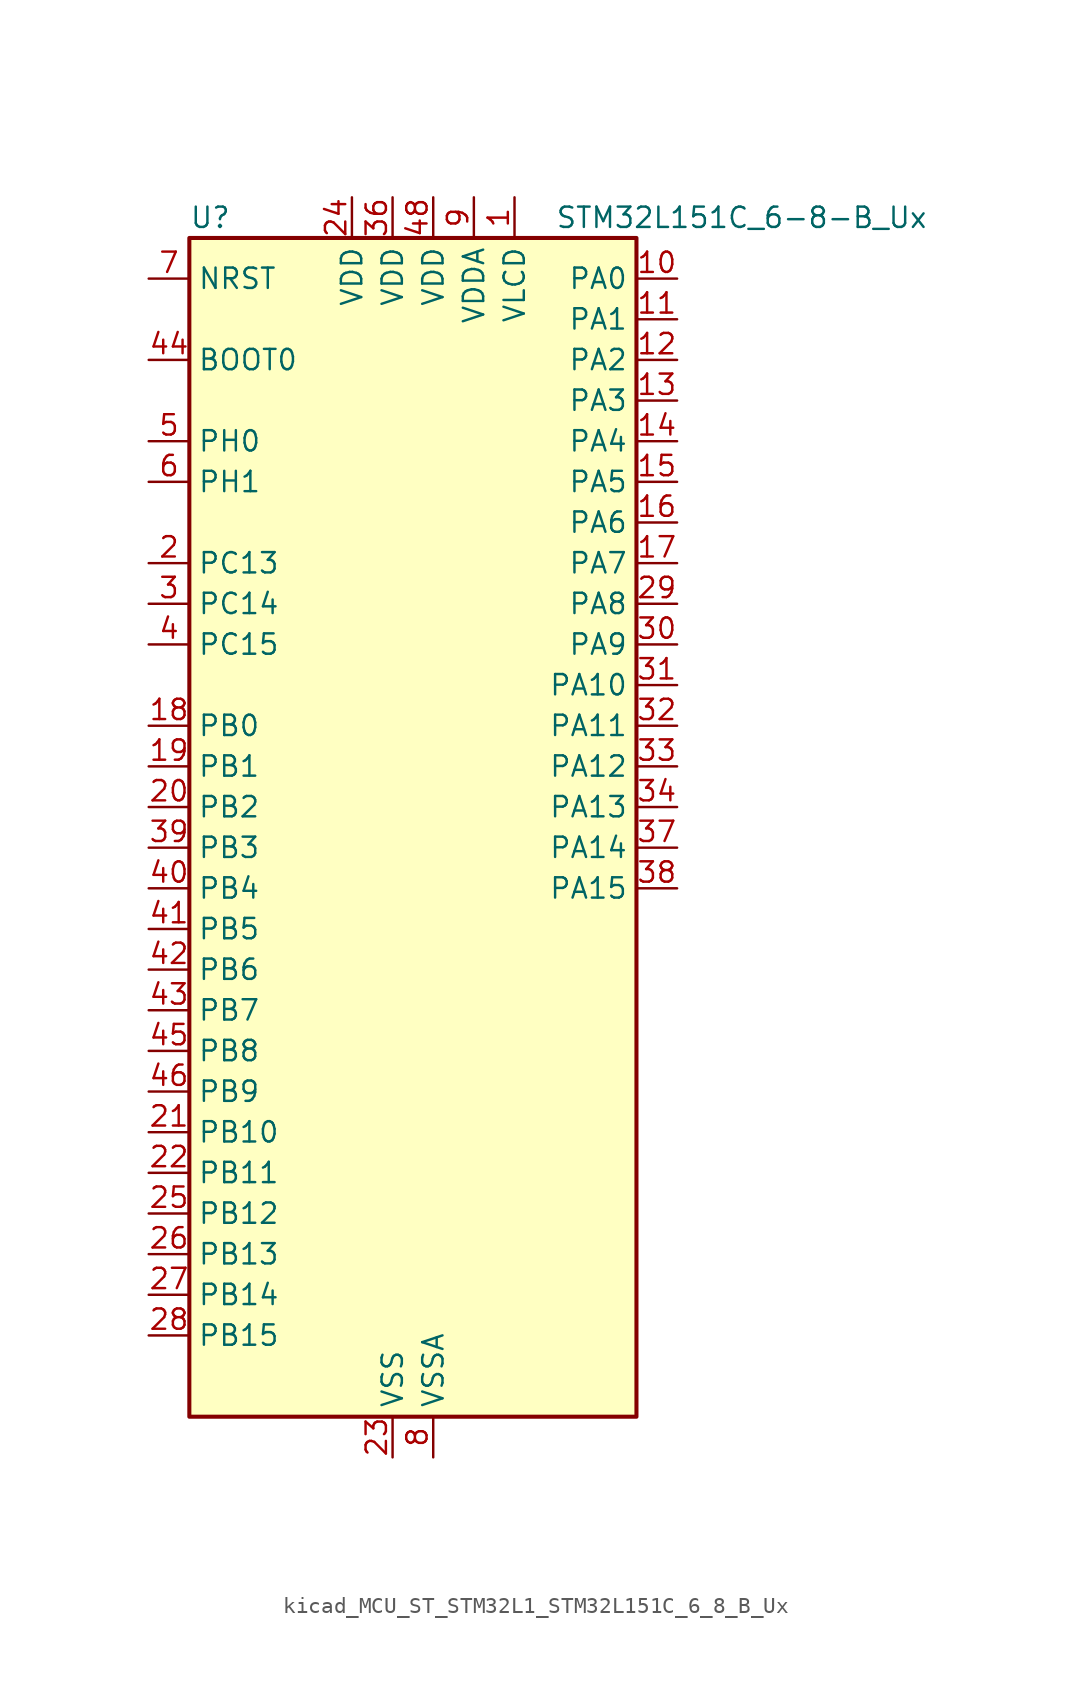
<source format=kicad_sym>
(kicad_symbol_lib
  (version 20220914)
  (generator kicad_symbol_editor)
  (symbol "kicad_MCU_ST_STM32L1_STM32L151C_6_8_B_Ux"
    (property "Reference" "U"
      (at -12.7 39.37 0)
      (effects (font (size 1.27 1.27)) (justify left)))
    (property "Value" "STM32L151C_6-8-B_Ux"
      (at 10.16 39.37 0)
      (effects (font (size 1.27 1.27)) (justify left)))
    (property "ki_locked" ""
      (at 0 0 0)
      (effects (font (size 1.27 1.27))))
    (symbol "kicad_MCU_ST_STM32L1_STM32L151C_6_8_B_Ux_0_1"
      (rectangle (start -12.7 -35.56) (end 15.24 38.1) (stroke (width 0.254) (type default)) (fill (type background))))
    (symbol "kicad_MCU_ST_STM32L1_STM32L151C_6_8_B_Ux_1_1"
      (pin power_in line (at 7.62 40.64 270) (length 2.54) (name "VLCD" (effects (font (size 1.27 1.27)))) (number "1" (effects (font (size 1.27 1.27)))))
      (pin bidirectional line (at 17.78 35.56 180) (length 2.54) (name "PA0" (effects (font (size 1.27 1.27)))) (number "10" (effects (font (size 1.27 1.27)))) (alternate "ADC_IN0" bidirectional line) (alternate "COMP1_INP" bidirectional line) (alternate "SYS_WKUP1" bidirectional line) (alternate "TIM2_CH1" bidirectional line) (alternate "TIM2_ETR" bidirectional line) (alternate "TIMX_IC1" bidirectional line) (alternate "TS_G1_IO1" bidirectional line) (alternate "USART2_CTS" bidirectional line))
      (pin bidirectional line (at 17.78 33.02 180) (length 2.54) (name "PA1" (effects (font (size 1.27 1.27)))) (number "11" (effects (font (size 1.27 1.27)))) (alternate "ADC_IN1" bidirectional line) (alternate "COMP1_INP" bidirectional line) (alternate "TIM2_CH2" bidirectional line) (alternate "TIMX_IC2" bidirectional line) (alternate "TS_G1_IO2" bidirectional line) (alternate "USART2_RTS" bidirectional line))
      (pin bidirectional line (at 17.78 30.48 180) (length 2.54) (name "PA2" (effects (font (size 1.27 1.27)))) (number "12" (effects (font (size 1.27 1.27)))) (alternate "ADC_IN2" bidirectional line) (alternate "COMP1_INP" bidirectional line) (alternate "TIM2_CH3" bidirectional line) (alternate "TIM9_CH1" bidirectional line) (alternate "TIMX_IC3" bidirectional line) (alternate "TS_G1_IO3" bidirectional line) (alternate "USART2_TX" bidirectional line))
      (pin bidirectional line (at 17.78 27.94 180) (length 2.54) (name "PA3" (effects (font (size 1.27 1.27)))) (number "13" (effects (font (size 1.27 1.27)))) (alternate "ADC_IN3" bidirectional line) (alternate "COMP1_INP" bidirectional line) (alternate "TIM2_CH4" bidirectional line) (alternate "TIM9_CH2" bidirectional line) (alternate "TIMX_IC4" bidirectional line) (alternate "TS_G1_IO4" bidirectional line) (alternate "USART2_RX" bidirectional line))
      (pin bidirectional line (at 17.78 25.4 180) (length 2.54) (name "PA4" (effects (font (size 1.27 1.27)))) (number "14" (effects (font (size 1.27 1.27)))) (alternate "ADC_IN4" bidirectional line) (alternate "COMP1_INP" bidirectional line) (alternate "DAC_OUT1" bidirectional line) (alternate "SPI1_NSS" bidirectional line) (alternate "TIMX_IC1" bidirectional line) (alternate "USART2_CK" bidirectional line))
      (pin bidirectional line (at 17.78 22.86 180) (length 2.54) (name "PA5" (effects (font (size 1.27 1.27)))) (number "15" (effects (font (size 1.27 1.27)))) (alternate "ADC_IN5" bidirectional line) (alternate "COMP1_INP" bidirectional line) (alternate "DAC_OUT2" bidirectional line) (alternate "SPI1_SCK" bidirectional line) (alternate "TIM2_CH1" bidirectional line) (alternate "TIM2_ETR" bidirectional line) (alternate "TIMX_IC2" bidirectional line))
      (pin bidirectional line (at 17.78 20.32 180) (length 2.54) (name "PA6" (effects (font (size 1.27 1.27)))) (number "16" (effects (font (size 1.27 1.27)))) (alternate "ADC_IN6" bidirectional line) (alternate "COMP1_INP" bidirectional line) (alternate "SPI1_MISO" bidirectional line) (alternate "TIM10_CH1" bidirectional line) (alternate "TIM3_CH1" bidirectional line) (alternate "TIMX_IC3" bidirectional line) (alternate "TS_G2_IO1" bidirectional line))
      (pin bidirectional line (at 17.78 17.78 180) (length 2.54) (name "PA7" (effects (font (size 1.27 1.27)))) (number "17" (effects (font (size 1.27 1.27)))) (alternate "ADC_IN7" bidirectional line) (alternate "COMP1_INP" bidirectional line) (alternate "SPI1_MOSI" bidirectional line) (alternate "TIM11_CH1" bidirectional line) (alternate "TIM3_CH2" bidirectional line) (alternate "TIMX_IC4" bidirectional line) (alternate "TS_G2_IO2" bidirectional line))
      (pin bidirectional line (at -15.24 7.62 0) (length 2.54) (name "PB0" (effects (font (size 1.27 1.27)))) (number "18" (effects (font (size 1.27 1.27)))) (alternate "ADC_IN8" bidirectional line) (alternate "COMP1_INP" bidirectional line) (alternate "SYS_V_REF_OUT" bidirectional line) (alternate "TIM3_CH3" bidirectional line) (alternate "TS_G3_IO1" bidirectional line))
      (pin bidirectional line (at -15.24 5.08 0) (length 2.54) (name "PB1" (effects (font (size 1.27 1.27)))) (number "19" (effects (font (size 1.27 1.27)))) (alternate "ADC_IN9" bidirectional line) (alternate "COMP1_INP" bidirectional line) (alternate "SYS_V_REF_OUT" bidirectional line) (alternate "TIM3_CH4" bidirectional line) (alternate "TS_G3_IO2" bidirectional line))
      (pin bidirectional line (at -15.24 17.78 0) (length 2.54) (name "PC13" (effects (font (size 1.27 1.27)))) (number "2" (effects (font (size 1.27 1.27)))) (alternate "RTC_OUT_ALARM" bidirectional line) (alternate "RTC_OUT_CALIB" bidirectional line) (alternate "RTC_TAMP1" bidirectional line) (alternate "RTC_TS" bidirectional line) (alternate "SYS_WKUP2" bidirectional line) (alternate "TIMX_IC2" bidirectional line))
      (pin bidirectional line (at -15.24 2.54 0) (length 2.54) (name "PB2" (effects (font (size 1.27 1.27)))) (number "20" (effects (font (size 1.27 1.27)))))
      (pin bidirectional line (at -15.24 -17.78 0) (length 2.54) (name "PB10" (effects (font (size 1.27 1.27)))) (number "21" (effects (font (size 1.27 1.27)))) (alternate "I2C2_SCL" bidirectional line) (alternate "TIM2_CH3" bidirectional line) (alternate "USART3_TX" bidirectional line))
      (pin bidirectional line (at -15.24 -20.32 0) (length 2.54) (name "PB11" (effects (font (size 1.27 1.27)))) (number "22" (effects (font (size 1.27 1.27)))) (alternate "ADC_EXTI11" bidirectional line) (alternate "I2C2_SDA" bidirectional line) (alternate "TIM2_CH4" bidirectional line) (alternate "USART3_RX" bidirectional line))
      (pin power_in line (at 0 -38.1 90) (length 2.54) (name "VSS" (effects (font (size 1.27 1.27)))) (number "23" (effects (font (size 1.27 1.27)))))
      (pin power_in line (at -2.54 40.64 270) (length 2.54) (name "VDD" (effects (font (size 1.27 1.27)))) (number "24" (effects (font (size 1.27 1.27)))))
      (pin bidirectional line (at -15.24 -22.86 0) (length 2.54) (name "PB12" (effects (font (size 1.27 1.27)))) (number "25" (effects (font (size 1.27 1.27)))) (alternate "ADC_IN18" bidirectional line) (alternate "COMP1_INP" bidirectional line) (alternate "I2C2_SMBA" bidirectional line) (alternate "SPI2_NSS" bidirectional line) (alternate "TIM10_CH1" bidirectional line) (alternate "TS_G7_IO1" bidirectional line) (alternate "USART3_CK" bidirectional line))
      (pin bidirectional line (at -15.24 -25.4 0) (length 2.54) (name "PB13" (effects (font (size 1.27 1.27)))) (number "26" (effects (font (size 1.27 1.27)))) (alternate "ADC_IN19" bidirectional line) (alternate "COMP1_INP" bidirectional line) (alternate "SPI2_SCK" bidirectional line) (alternate "TIM9_CH1" bidirectional line) (alternate "TS_G7_IO2" bidirectional line) (alternate "USART3_CTS" bidirectional line))
      (pin bidirectional line (at -15.24 -27.94 0) (length 2.54) (name "PB14" (effects (font (size 1.27 1.27)))) (number "27" (effects (font (size 1.27 1.27)))) (alternate "ADC_IN20" bidirectional line) (alternate "COMP1_INP" bidirectional line) (alternate "SPI2_MISO" bidirectional line) (alternate "TIM9_CH2" bidirectional line) (alternate "TS_G7_IO3" bidirectional line) (alternate "USART3_RTS" bidirectional line))
      (pin bidirectional line (at -15.24 -30.48 0) (length 2.54) (name "PB15" (effects (font (size 1.27 1.27)))) (number "28" (effects (font (size 1.27 1.27)))) (alternate "ADC_EXTI15" bidirectional line) (alternate "ADC_IN21" bidirectional line) (alternate "COMP1_INP" bidirectional line) (alternate "RTC_REFIN" bidirectional line) (alternate "SPI2_MOSI" bidirectional line) (alternate "TIM11_CH1" bidirectional line) (alternate "TS_G7_IO4" bidirectional line))
      (pin bidirectional line (at 17.78 15.24 180) (length 2.54) (name "PA8" (effects (font (size 1.27 1.27)))) (number "29" (effects (font (size 1.27 1.27)))) (alternate "RCC_MCO" bidirectional line) (alternate "TIMX_IC1" bidirectional line) (alternate "TS_G4_IO1" bidirectional line) (alternate "USART1_CK" bidirectional line))
      (pin bidirectional line (at -15.24 15.24 0) (length 2.54) (name "PC14" (effects (font (size 1.27 1.27)))) (number "3" (effects (font (size 1.27 1.27)))) (alternate "RCC_OSC32_IN" bidirectional line) (alternate "TIMX_IC3" bidirectional line))
      (pin bidirectional line (at 17.78 12.7 180) (length 2.54) (name "PA9" (effects (font (size 1.27 1.27)))) (number "30" (effects (font (size 1.27 1.27)))) (alternate "DAC_EXTI9" bidirectional line) (alternate "TIMX_IC2" bidirectional line) (alternate "TS_G4_IO2" bidirectional line) (alternate "USART1_TX" bidirectional line))
      (pin bidirectional line (at 17.78 10.16 180) (length 2.54) (name "PA10" (effects (font (size 1.27 1.27)))) (number "31" (effects (font (size 1.27 1.27)))) (alternate "TIMX_IC3" bidirectional line) (alternate "TS_G4_IO3" bidirectional line) (alternate "USART1_RX" bidirectional line))
      (pin bidirectional line (at 17.78 7.62 180) (length 2.54) (name "PA11" (effects (font (size 1.27 1.27)))) (number "32" (effects (font (size 1.27 1.27)))) (alternate "ADC_EXTI11" bidirectional line) (alternate "SPI1_MISO" bidirectional line) (alternate "TIMX_IC4" bidirectional line) (alternate "USART1_CTS" bidirectional line) (alternate "USB_DM" bidirectional line))
      (pin bidirectional line (at 17.78 5.08 180) (length 2.54) (name "PA12" (effects (font (size 1.27 1.27)))) (number "33" (effects (font (size 1.27 1.27)))) (alternate "SPI1_MOSI" bidirectional line) (alternate "TIMX_IC1" bidirectional line) (alternate "USART1_RTS" bidirectional line) (alternate "USB_DP" bidirectional line))
      (pin bidirectional line (at 17.78 2.54 180) (length 2.54) (name "PA13" (effects (font (size 1.27 1.27)))) (number "34" (effects (font (size 1.27 1.27)))) (alternate "SYS_JTMS-SWDIO" bidirectional line) (alternate "TIMX_IC2" bidirectional line) (alternate "TS_G5_IO1" bidirectional line))
      (pin passive line (at 0 -38.1 90) (length 2.54) hide (name "VSS" (effects (font (size 1.27 1.27)))) (number "35" (effects (font (size 1.27 1.27)))))
      (pin power_in line (at 0 40.64 270) (length 2.54) (name "VDD" (effects (font (size 1.27 1.27)))) (number "36" (effects (font (size 1.27 1.27)))))
      (pin bidirectional line (at 17.78 0 180) (length 2.54) (name "PA14" (effects (font (size 1.27 1.27)))) (number "37" (effects (font (size 1.27 1.27)))) (alternate "SYS_JTCK-SWCLK" bidirectional line) (alternate "TIMX_IC3" bidirectional line) (alternate "TS_G5_IO2" bidirectional line))
      (pin bidirectional line (at 17.78 -2.54 180) (length 2.54) (name "PA15" (effects (font (size 1.27 1.27)))) (number "38" (effects (font (size 1.27 1.27)))) (alternate "ADC_EXTI15" bidirectional line) (alternate "SPI1_NSS" bidirectional line) (alternate "SYS_JTDI" bidirectional line) (alternate "TIM2_CH1" bidirectional line) (alternate "TIM2_ETR" bidirectional line) (alternate "TIMX_IC4" bidirectional line) (alternate "TS_G5_IO3" bidirectional line))
      (pin bidirectional line (at -15.24 0 0) (length 2.54) (name "PB3" (effects (font (size 1.27 1.27)))) (number "39" (effects (font (size 1.27 1.27)))) (alternate "COMP2_INM" bidirectional line) (alternate "SPI1_SCK" bidirectional line) (alternate "SYS_JTDO-TRACESWO" bidirectional line) (alternate "TIM2_CH2" bidirectional line))
      (pin bidirectional line (at -15.24 12.7 0) (length 2.54) (name "PC15" (effects (font (size 1.27 1.27)))) (number "4" (effects (font (size 1.27 1.27)))) (alternate "ADC_EXTI15" bidirectional line) (alternate "RCC_OSC32_OUT" bidirectional line) (alternate "TIMX_IC4" bidirectional line))
      (pin bidirectional line (at -15.24 -2.54 0) (length 2.54) (name "PB4" (effects (font (size 1.27 1.27)))) (number "40" (effects (font (size 1.27 1.27)))) (alternate "COMP2_INP" bidirectional line) (alternate "SPI1_MISO" bidirectional line) (alternate "SYS_JTRST" bidirectional line) (alternate "TIM3_CH1" bidirectional line) (alternate "TS_G6_IO1" bidirectional line))
      (pin bidirectional line (at -15.24 -5.08 0) (length 2.54) (name "PB5" (effects (font (size 1.27 1.27)))) (number "41" (effects (font (size 1.27 1.27)))) (alternate "COMP2_INP" bidirectional line) (alternate "I2C1_SMBA" bidirectional line) (alternate "SPI1_MOSI" bidirectional line) (alternate "TIM3_CH2" bidirectional line) (alternate "TS_G6_IO2" bidirectional line))
      (pin bidirectional line (at -15.24 -7.62 0) (length 2.54) (name "PB6" (effects (font (size 1.27 1.27)))) (number "42" (effects (font (size 1.27 1.27)))) (alternate "I2C1_SCL" bidirectional line) (alternate "TIM4_CH1" bidirectional line) (alternate "USART1_TX" bidirectional line))
      (pin bidirectional line (at -15.24 -10.16 0) (length 2.54) (name "PB7" (effects (font (size 1.27 1.27)))) (number "43" (effects (font (size 1.27 1.27)))) (alternate "I2C1_SDA" bidirectional line) (alternate "SYS_PVD_IN" bidirectional line) (alternate "TIM4_CH2" bidirectional line) (alternate "USART1_RX" bidirectional line))
      (pin input line (at -15.24 30.48 0) (length 2.54) (name "BOOT0" (effects (font (size 1.27 1.27)))) (number "44" (effects (font (size 1.27 1.27)))))
      (pin bidirectional line (at -15.24 -12.7 0) (length 2.54) (name "PB8" (effects (font (size 1.27 1.27)))) (number "45" (effects (font (size 1.27 1.27)))) (alternate "I2C1_SCL" bidirectional line) (alternate "TIM10_CH1" bidirectional line) (alternate "TIM4_CH3" bidirectional line))
      (pin bidirectional line (at -15.24 -15.24 0) (length 2.54) (name "PB9" (effects (font (size 1.27 1.27)))) (number "46" (effects (font (size 1.27 1.27)))) (alternate "DAC_EXTI9" bidirectional line) (alternate "I2C1_SDA" bidirectional line) (alternate "TIM11_CH1" bidirectional line) (alternate "TIM4_CH4" bidirectional line))
      (pin passive line (at 0 -38.1 90) (length 2.54) hide (name "VSS" (effects (font (size 1.27 1.27)))) (number "47" (effects (font (size 1.27 1.27)))))
      (pin power_in line (at 2.54 40.64 270) (length 2.54) (name "VDD" (effects (font (size 1.27 1.27)))) (number "48" (effects (font (size 1.27 1.27)))))
      (pin passive line (at 0 -38.1 90) (length 2.54) hide (name "VSS" (effects (font (size 1.27 1.27)))) (number "49" (effects (font (size 1.27 1.27)))))
      (pin bidirectional line (at -15.24 25.4 0) (length 2.54) (name "PH0" (effects (font (size 1.27 1.27)))) (number "5" (effects (font (size 1.27 1.27)))) (alternate "RCC_OSC_IN" bidirectional line))
      (pin bidirectional line (at -15.24 22.86 0) (length 2.54) (name "PH1" (effects (font (size 1.27 1.27)))) (number "6" (effects (font (size 1.27 1.27)))) (alternate "RCC_OSC_OUT" bidirectional line))
      (pin input line (at -15.24 35.56 0) (length 2.54) (name "NRST" (effects (font (size 1.27 1.27)))) (number "7" (effects (font (size 1.27 1.27)))))
      (pin power_in line (at 2.54 -38.1 90) (length 2.54) (name "VSSA" (effects (font (size 1.27 1.27)))) (number "8" (effects (font (size 1.27 1.27)))))
      (pin power_in line (at 5.08 40.64 270) (length 2.54) (name "VDDA" (effects (font (size 1.27 1.27)))) (number "9" (effects (font (size 1.27 1.27))))))))
</source>
